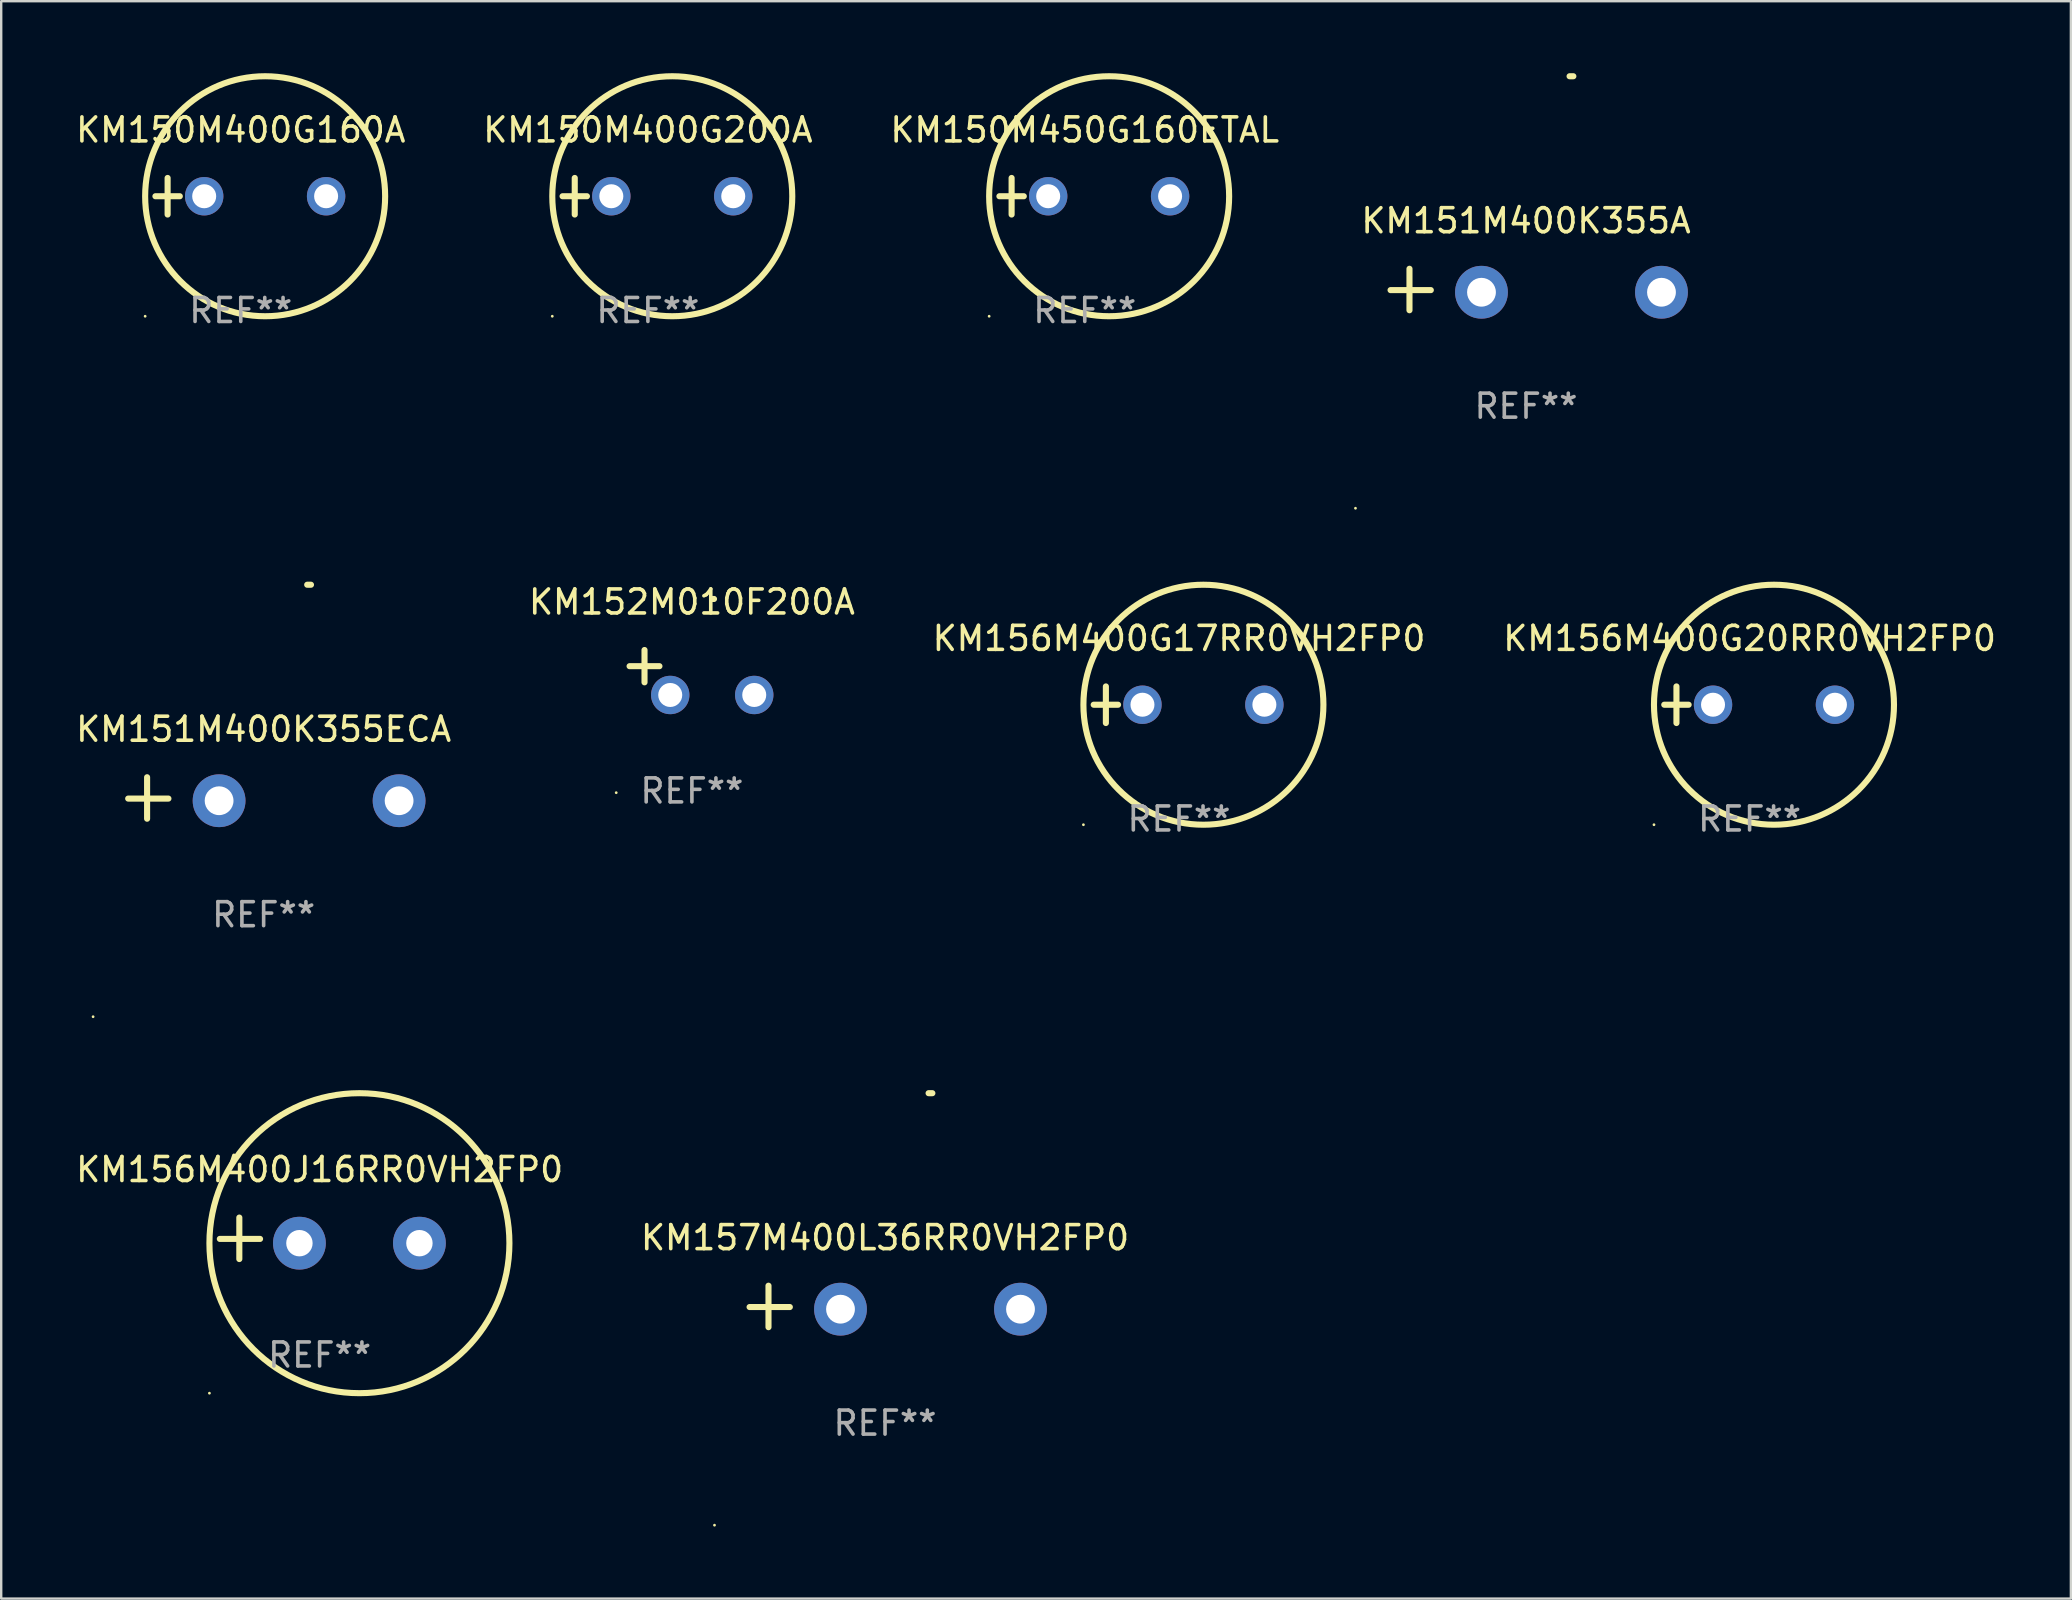
<source format=kicad_pcb>
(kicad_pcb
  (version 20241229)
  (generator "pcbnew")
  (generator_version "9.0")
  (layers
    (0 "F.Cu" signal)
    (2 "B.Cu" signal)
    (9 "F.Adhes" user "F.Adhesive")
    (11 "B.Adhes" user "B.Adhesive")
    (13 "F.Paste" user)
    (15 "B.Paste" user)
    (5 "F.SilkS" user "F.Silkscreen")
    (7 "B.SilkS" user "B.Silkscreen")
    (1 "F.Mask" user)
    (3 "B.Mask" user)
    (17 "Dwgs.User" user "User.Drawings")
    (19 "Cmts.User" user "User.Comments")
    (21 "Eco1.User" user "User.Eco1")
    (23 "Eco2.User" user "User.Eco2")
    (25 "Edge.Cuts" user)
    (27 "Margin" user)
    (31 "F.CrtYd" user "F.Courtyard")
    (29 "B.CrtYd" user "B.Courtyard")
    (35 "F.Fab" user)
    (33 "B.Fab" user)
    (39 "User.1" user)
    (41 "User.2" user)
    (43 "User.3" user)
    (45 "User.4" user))
  (footprint "KM150M450G160ETAL"
    (layer "F.Cu")
    (at 42.149 5.127)
    (property "Reference" "KM150M450G160ETAL" (at 0 -2.762 0) (layer "F.SilkS") (effects (font (size 1 1) (thickness 0.15))))
    (attr through_hole)
    (fp_line (start -3.556 0) (end -2.54 0) (stroke (width 0.254) (type solid)) (layer "F.SilkS"))
    (fp_line (start -3.048 -0.762) (end -3.048 0.762) (stroke (width 0.254) (type solid)) (layer "F.SilkS"))
    (fp_circle (center -3.984 5) (end -3.954 5) (stroke (width 0.06) (type solid)) (fill no) (layer "F.SilkS"))
    (fp_circle (center 1.016 0) (end 6.016 0) (stroke (width 0.254) (type solid)) (fill no) (layer "F.SilkS"))
    (fp_text user "REF**" (at 0 4.762 0) (layer "F.Fab") (effects (font (size 1 1) (thickness 0.15))))
    (pad "1" thru_hole circle (at -1.524 0) (size 1.6 1.6) (drill 1) (layers "*.Cu" "*.Mask"))
    (pad "2" thru_hole circle (at 3.556 0) (size 1.6 1.6) (drill 1) (layers "*.Cu" "*.Mask")))
  (footprint "KM150M400G200A"
    (layer "F.Cu")
    (at 23.946 5.127)
    (property "Reference" "KM150M400G200A" (at 0 -2.762 0) (layer "F.SilkS") (effects (font (size 1 1) (thickness 0.15))))
    (attr through_hole)
    (fp_line (start -3.556 0) (end -2.54 0) (stroke (width 0.254) (type solid)) (layer "F.SilkS"))
    (fp_line (start -3.048 -0.762) (end -3.048 0.762) (stroke (width 0.254) (type solid)) (layer "F.SilkS"))
    (fp_circle (center -3.984 5) (end -3.954 5) (stroke (width 0.06) (type solid)) (fill no) (layer "F.SilkS"))
    (fp_circle (center 1.016 0) (end 6.016 0) (stroke (width 0.254) (type solid)) (fill no) (layer "F.SilkS"))
    (fp_text user "REF**" (at 0 4.762 0) (layer "F.Fab") (effects (font (size 1 1) (thickness 0.15))))
    (pad "1" thru_hole circle (at -1.524 0) (size 1.6 1.6) (drill 1) (layers "*.Cu" "*.Mask"))
    (pad "2" thru_hole circle (at 3.556 0) (size 1.6 1.6) (drill 1) (layers "*.Cu" "*.Mask")))
  (footprint "KM150M400G160A"
    (layer "F.Cu")
    (at 6.982 5.127)
    (property "Reference" "KM150M400G160A" (at 0 -2.762 0) (layer "F.SilkS") (effects (font (size 1 1) (thickness 0.15))))
    (attr through_hole)
    (fp_line (start -3.556 0) (end -2.54 0) (stroke (width 0.254) (type solid)) (layer "F.SilkS"))
    (fp_line (start -3.048 -0.762) (end -3.048 0.762) (stroke (width 0.254) (type solid)) (layer "F.SilkS"))
    (fp_circle (center -3.984 5) (end -3.954 5) (stroke (width 0.06) (type solid)) (fill no) (layer "F.SilkS"))
    (fp_circle (center 1.016 0) (end 6.016 0) (stroke (width 0.254) (type solid)) (fill no) (layer "F.SilkS"))
    (fp_text user "REF**" (at 0 4.762 0) (layer "F.Fab") (effects (font (size 1 1) (thickness 0.15))))
    (pad "1" thru_hole circle (at -1.524 0) (size 1.6 1.6) (drill 1) (layers "*.Cu" "*.Mask"))
    (pad "2" thru_hole circle (at 3.556 0) (size 1.6 1.6) (drill 1) (layers "*.Cu" "*.Mask")))
  (footprint "KM152M010F200A"
    (layer "F.Cu")
    (at 25.78 24.971)
    (property "Reference" "KM152M010F200A" (at 0 -2.937 0) (layer "F.SilkS") (effects (font (size 1 1) (thickness 0.15))))
    (attr through_hole)
    (fp_line (start -1.975 0.41) (end -1.975 -0.937) (stroke (width 0.254) (type solid)) (layer "F.SilkS"))
    (fp_line (start -1.353 -0.263) (end -2.597 -0.263) (stroke (width 0.254) (type solid)) (layer "F.SilkS"))
    (fp_arc (start 0.849809 -3.063957) (mid 0.885369 -3.064114) (end 0.920929 -3.063957) (stroke (width 0.254001) (type solid)) (layer "F.SilkS"))
    (fp_circle (center -3.154 5.008) (end -3.124 5.008) (stroke (width 0.06) (type solid)) (fill no) (layer "F.SilkS"))
    (fp_text user "REF**" (at 0 4.937 0) (layer "F.Fab") (effects (font (size 1 1) (thickness 0.15))))
    (pad "1" thru_hole circle (at -0.903 0.937) (size 1.6 1.6) (drill 1) (layers "*.Cu" "*.Mask"))
    (pad "2" thru_hole circle (at 2.597 0.937) (size 1.6 1.6) (drill 1) (layers "*.Cu" "*.Mask")))
  (footprint "KM151M400K355ECA"
    (layer "F.Cu")
    (at 7.935 30.2)
    (property "Reference" "KM151M400K355ECA" (at 0 -2.864 0) (layer "F.SilkS") (effects (font (size 1 1) (thickness 0.15))))
    (attr through_hole)
    (fp_line (start -4.856 0.864) (end -4.856 -0.864) (stroke (width 0.254) (type solid)) (layer "F.SilkS"))
    (fp_line (start -3.967 0.025) (end -5.644 0.025) (stroke (width 0.254) (type solid)) (layer "F.SilkS"))
    (fp_arc (start 1.815024 -8.885649) (mid 1.893764 -8.88599) (end 1.972504 -8.885649) (stroke (width 0.254001) (type solid)) (layer "F.SilkS"))
    (fp_circle (center -7.106 9.114) (end -7.076 9.114) (stroke (width 0.06) (type solid)) (fill no) (layer "F.SilkS"))
    (fp_text user "REF**" (at 0 4.864 0) (layer "F.Fab") (effects (font (size 1 1) (thickness 0.15))))
    (pad "1" thru_hole circle (at -1.856 0.114) (size 2.2 2.2) (drill 1.2) (layers "*.Cu" "*.Mask"))
    (pad "2" thru_hole circle (at 5.644 0.114) (size 2.2 2.2) (drill 1.2) (layers "*.Cu" "*.Mask")))
  (footprint "KM151M400K355A"
    (layer "F.Cu")
    (at 60.535 9.013)
    (property "Reference" "KM151M400K355A" (at 0 -2.864 0) (layer "F.SilkS") (effects (font (size 1 1) (thickness 0.15))))
    (attr through_hole)
    (fp_line (start -4.856 0.864) (end -4.856 -0.864) (stroke (width 0.254) (type solid)) (layer "F.SilkS"))
    (fp_line (start -3.967 0.025) (end -5.644 0.025) (stroke (width 0.254) (type solid)) (layer "F.SilkS"))
    (fp_arc (start 1.815024 -8.885649) (mid 1.893764 -8.88599) (end 1.972504 -8.885649) (stroke (width 0.254001) (type solid)) (layer "F.SilkS"))
    (fp_circle (center -7.106 9.114) (end -7.076 9.114) (stroke (width 0.06) (type solid)) (fill no) (layer "F.SilkS"))
    (fp_text user "REF**" (at 0 4.864 0) (layer "F.Fab") (effects (font (size 1 1) (thickness 0.15))))
    (pad "1" thru_hole circle (at -1.856 0.114) (size 2.2 2.2) (drill 1.2) (layers "*.Cu" "*.Mask"))
    (pad "2" thru_hole circle (at 5.644 0.114) (size 2.2 2.2) (drill 1.2) (layers "*.Cu" "*.Mask")))
  (footprint "KM156M400J16RR0VH2FP0"
    (layer "F.Cu")
    (at 10.268 48.547)
    (property "Reference" "KM156M400J16RR0VH2FP0" (at 0 -2.864 0) (layer "F.SilkS") (effects (font (size 1 1) (thickness 0.15))))
    (attr through_hole)
    (fp_line (start -3.346 0.864) (end -3.346 -0.864) (stroke (width 0.254) (type solid)) (layer "F.SilkS"))
    (fp_line (start -2.482 0.025) (end -4.158 0.025) (stroke (width 0.254) (type solid)) (layer "F.SilkS"))
    (fp_circle (center -4.592 6.453) (end -4.562 6.453) (stroke (width 0.06) (type solid)) (fill no) (layer "F.SilkS"))
    (fp_circle (center 1.658 0.203) (end 7.908 0.203) (stroke (width 0.254) (type solid)) (fill no) (layer "F.SilkS"))
    (fp_text user "REF**" (at 0 4.864 0) (layer "F.Fab") (effects (font (size 1 1) (thickness 0.15))))
    (pad "1" thru_hole circle (at -0.842 0.203) (size 2.2 2.2) (drill 1.1) (layers "*.Cu" "*.Mask"))
    (pad "2" thru_hole circle (at 4.158 0.203) (size 2.2 2.2) (drill 1.1) (layers "*.Cu" "*.Mask")))
  (footprint "KM157M400L36RR0VH2FP0"
    (layer "F.Cu")
    (at 33.827 51.386)
    (property "Reference" "KM157M400L36RR0VH2FP0" (at 0 -2.864 0) (layer "F.SilkS") (effects (font (size 1 1) (thickness 0.15))))
    (attr through_hole)
    (fp_line (start -4.856 0.864) (end -4.856 -0.864) (stroke (width 0.254) (type solid)) (layer "F.SilkS"))
    (fp_line (start -3.967 0.025) (end -5.644 0.025) (stroke (width 0.254) (type solid)) (layer "F.SilkS"))
    (fp_arc (start 1.815024 -8.885649) (mid 1.893764 -8.88599) (end 1.972504 -8.885649) (stroke (width 0.254001) (type solid)) (layer "F.SilkS"))
    (fp_circle (center -7.106 9.114) (end -7.076 9.114) (stroke (width 0.06) (type solid)) (fill no) (layer "F.SilkS"))
    (fp_text user "REF**" (at 0 4.864 0) (layer "F.Fab") (effects (font (size 1 1) (thickness 0.15))))
    (pad "1" thru_hole circle (at -1.856 0.114) (size 2.2 2.2) (drill 1.2) (layers "*.Cu" "*.Mask"))
    (pad "2" thru_hole circle (at 5.644 0.114) (size 2.2 2.2) (drill 1.2) (layers "*.Cu" "*.Mask")))
  (footprint "KM156M400G20RR0VH2FP0"
    (layer "F.Cu")
    (at 69.851 26.314)
    (property "Reference" "KM156M400G20RR0VH2FP0" (at 0 -2.762 0) (layer "F.SilkS") (effects (font (size 1 1) (thickness 0.15))))
    (attr through_hole)
    (fp_line (start -3.556 0) (end -2.54 0) (stroke (width 0.254) (type solid)) (layer "F.SilkS"))
    (fp_line (start -3.048 -0.762) (end -3.048 0.762) (stroke (width 0.254) (type solid)) (layer "F.SilkS"))
    (fp_circle (center -3.984 5) (end -3.954 5) (stroke (width 0.06) (type solid)) (fill no) (layer "F.SilkS"))
    (fp_circle (center 1.016 0) (end 6.016 0) (stroke (width 0.254) (type solid)) (fill no) (layer "F.SilkS"))
    (fp_text user "REF**" (at 0 4.762 0) (layer "F.Fab") (effects (font (size 1 1) (thickness 0.15))))
    (pad "1" thru_hole circle (at -1.524 0) (size 1.6 1.6) (drill 1) (layers "*.Cu" "*.Mask"))
    (pad "2" thru_hole circle (at 3.556 0) (size 1.6 1.6) (drill 1) (layers "*.Cu" "*.Mask")))
  (footprint "KM156M400G17RR0VH2FP0"
    (layer "F.Cu")
    (at 46.077 26.314)
    (property "Reference" "KM156M400G17RR0VH2FP0" (at 0 -2.762 0) (layer "F.SilkS") (effects (font (size 1 1) (thickness 0.15))))
    (attr through_hole)
    (fp_line (start -3.556 0) (end -2.54 0) (stroke (width 0.254) (type solid)) (layer "F.SilkS"))
    (fp_line (start -3.048 -0.762) (end -3.048 0.762) (stroke (width 0.254) (type solid)) (layer "F.SilkS"))
    (fp_circle (center -3.984 5) (end -3.954 5) (stroke (width 0.06) (type solid)) (fill no) (layer "F.SilkS"))
    (fp_circle (center 1.016 0) (end 6.016 0) (stroke (width 0.254) (type solid)) (fill no) (layer "F.SilkS"))
    (fp_text user "REF**" (at 0 4.762 0) (layer "F.Fab") (effects (font (size 1 1) (thickness 0.15))))
    (pad "1" thru_hole circle (at -1.524 0) (size 1.6 1.6) (drill 1) (layers "*.Cu" "*.Mask"))
    (pad "2" thru_hole circle (at 3.556 0) (size 1.6 1.6) (drill 1) (layers "*.Cu" "*.Mask")))
  (gr_rect
    (start -3 -3)
    (end 83.238 63.56)
    (stroke (width 0.1) (type default))
    (fill no)
    (layer "Edge.Cuts")))
</source>
